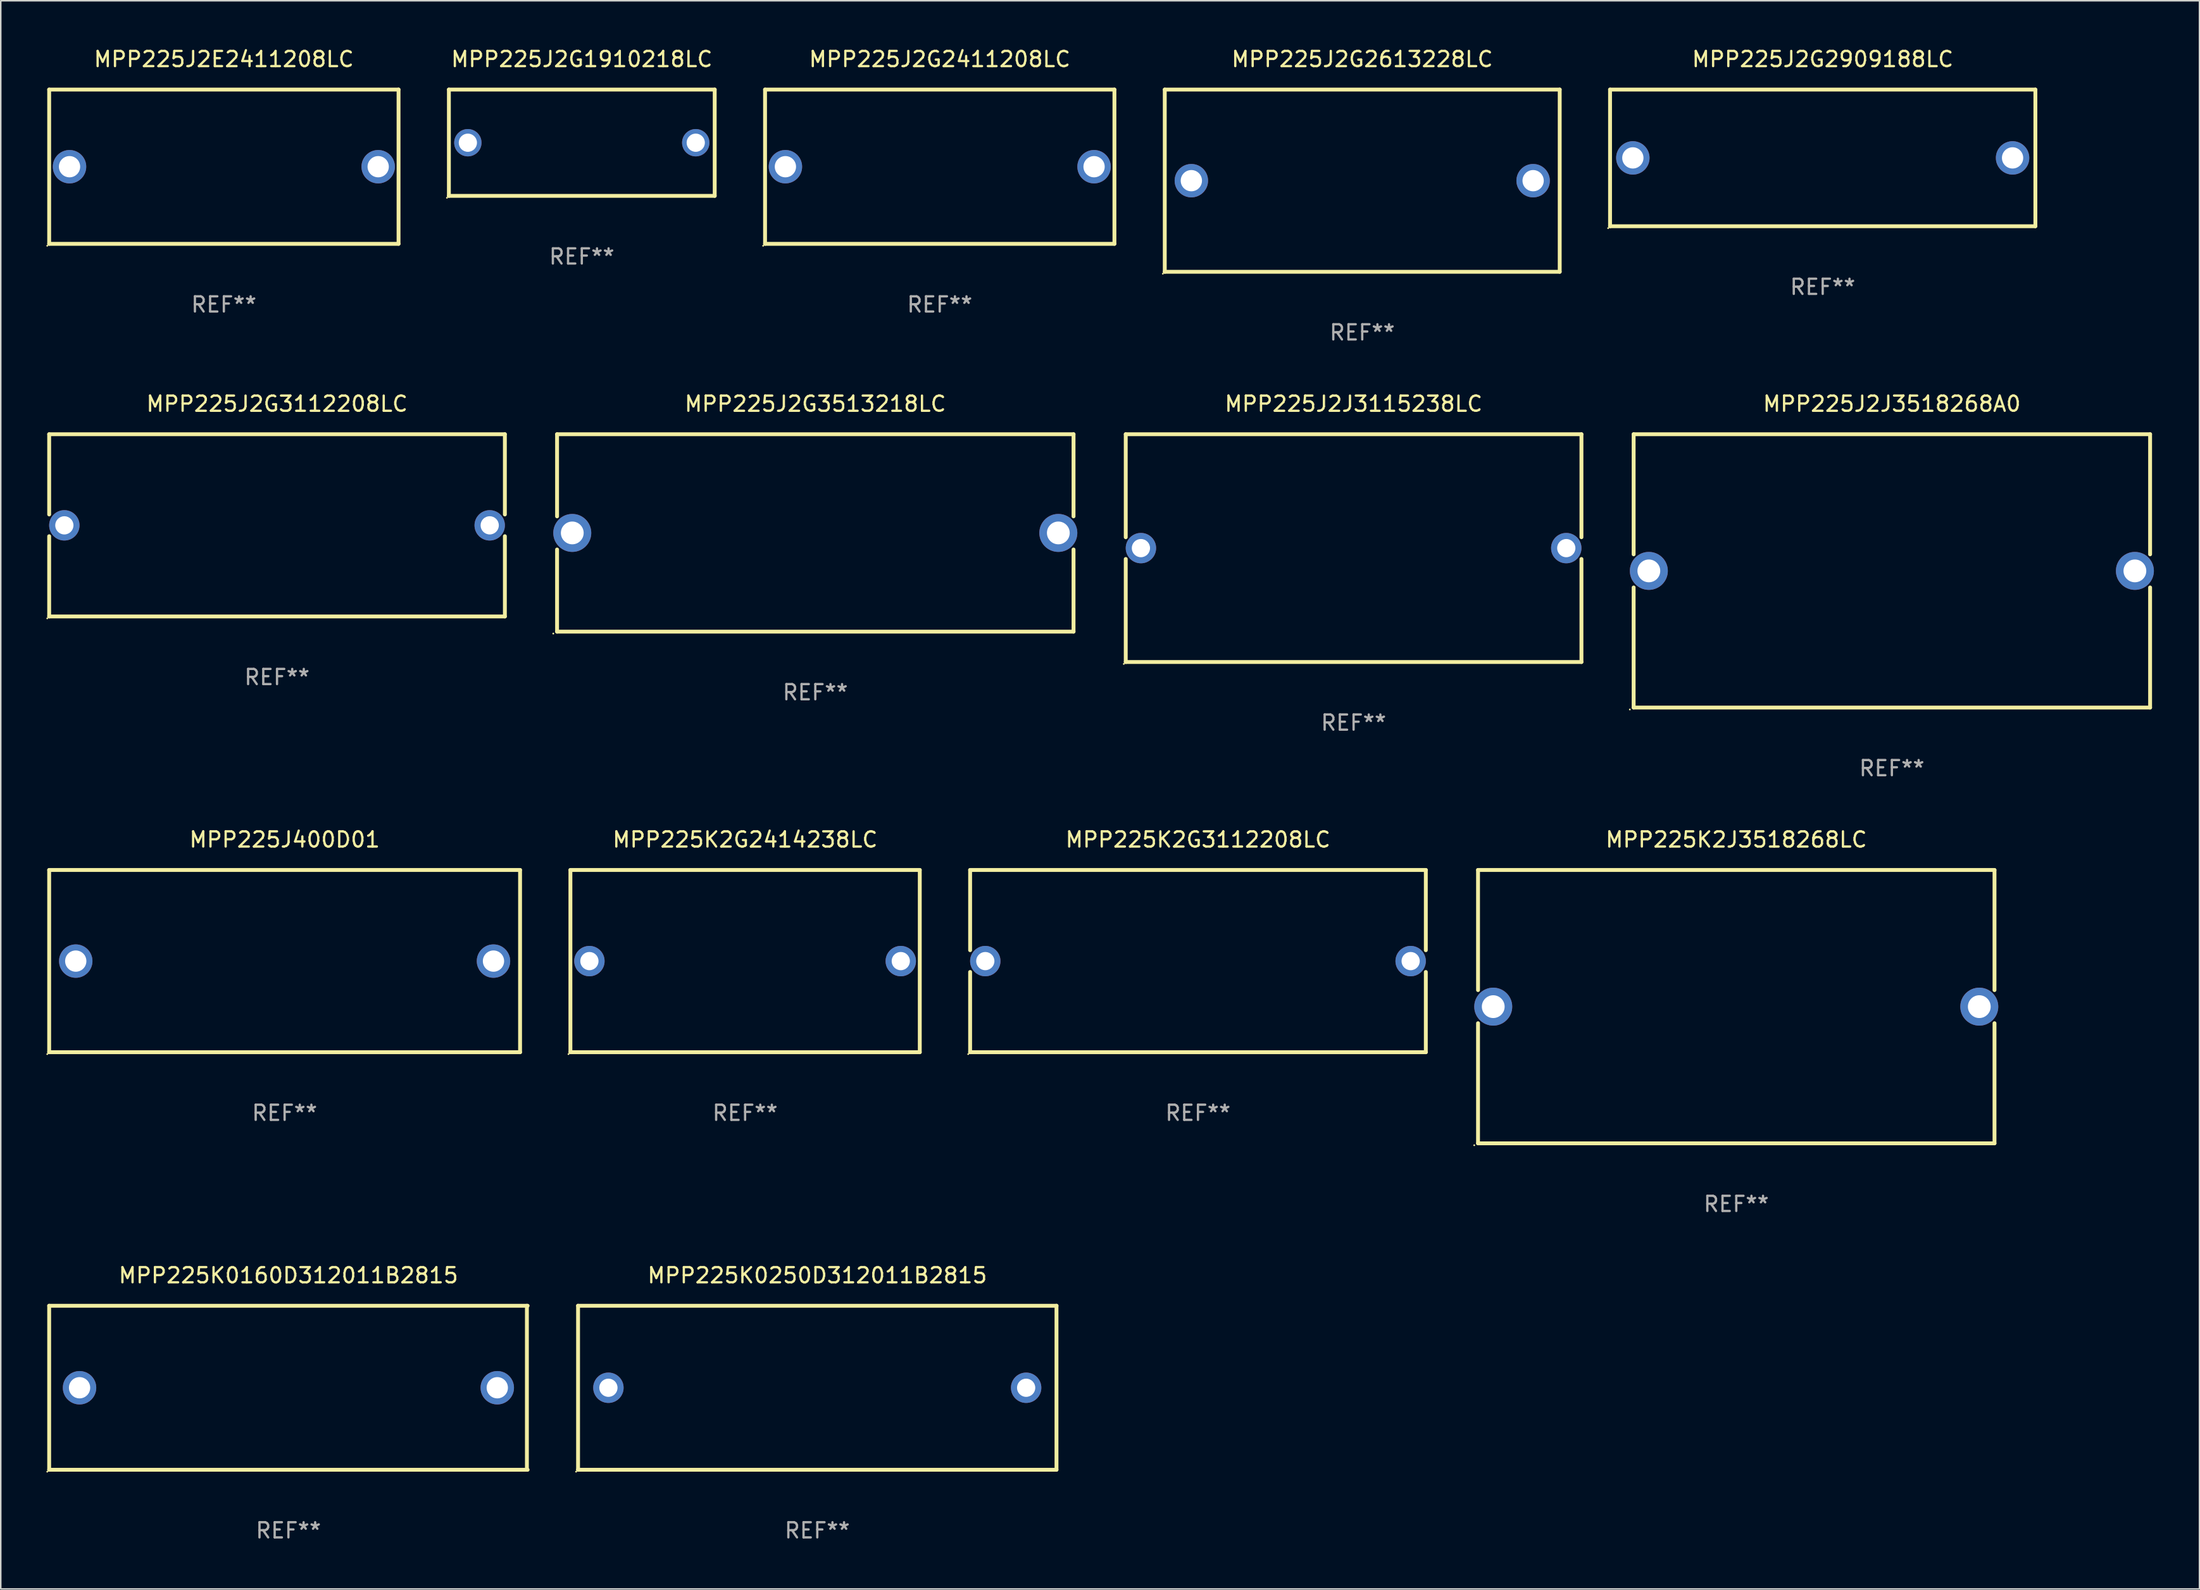
<source format=kicad_pcb>
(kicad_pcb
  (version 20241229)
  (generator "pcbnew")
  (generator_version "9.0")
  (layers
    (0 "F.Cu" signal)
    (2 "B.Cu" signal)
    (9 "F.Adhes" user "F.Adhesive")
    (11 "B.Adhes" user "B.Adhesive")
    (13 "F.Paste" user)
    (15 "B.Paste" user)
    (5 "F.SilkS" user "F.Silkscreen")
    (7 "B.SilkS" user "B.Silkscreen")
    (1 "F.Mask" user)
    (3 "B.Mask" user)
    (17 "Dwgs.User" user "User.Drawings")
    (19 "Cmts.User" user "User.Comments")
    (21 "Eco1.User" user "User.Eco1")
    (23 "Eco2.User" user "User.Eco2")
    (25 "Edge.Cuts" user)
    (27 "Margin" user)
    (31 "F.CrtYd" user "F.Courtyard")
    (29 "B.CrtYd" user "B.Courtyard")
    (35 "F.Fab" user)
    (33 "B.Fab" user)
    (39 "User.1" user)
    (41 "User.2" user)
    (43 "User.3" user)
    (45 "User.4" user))
  (footprint "MPP225J2J3115238LC"
    (layer "F.Cu")
    (at 86.06 33.045)
    (property "Reference" "MPP225J2J3115238LC" (at 0 -9.5 0) (layer "F.SilkS") (effects (font (size 1 1) (thickness 0.15))))
    (attr through_hole)
    (fp_line (start -15 -7.5) (end -15 -0.717) (stroke (width 0.254) (type solid)) (layer "F.SilkS"))
    (fp_line (start -15 -7.5) (end 15 -7.5) (stroke (width 0.254) (type solid)) (layer "F.SilkS"))
    (fp_line (start -15 0.717) (end -15 7.5) (stroke (width 0.254) (type solid)) (layer "F.SilkS"))
    (fp_line (start 15 -7.5) (end 15 -0.717) (stroke (width 0.254) (type solid)) (layer "F.SilkS"))
    (fp_line (start 15 0.717) (end 15 7.5) (stroke (width 0.254) (type solid)) (layer "F.SilkS"))
    (fp_line (start 15 7.5) (end -15 7.5) (stroke (width 0.254) (type solid)) (layer "F.SilkS"))
    (fp_circle (center -15.127 7.627) (end -15.097 7.627) (stroke (width 0.06) (type solid)) (fill no) (layer "F.SilkS"))
    (fp_text user "REF**" (at 0 11.5 0) (layer "F.Fab") (effects (font (size 1 1) (thickness 0.15))))
    (pad "1" thru_hole circle (at -14.001 0) (size 2 2) (drill 1.2) (layers "*.Cu" "*.Mask"))
    (pad "2" thru_hole circle (at 14.001 0) (size 2 2) (drill 1.2) (layers "*.Cu" "*.Mask")))
  (footprint "MPP225J2G3112208LC"
    (layer "F.Cu")
    (at 15.187 31.545)
    (property "Reference" "MPP225J2G3112208LC" (at 0 -8 0) (layer "F.SilkS") (effects (font (size 1 1) (thickness 0.15))))
    (attr through_hole)
    (fp_line (start -15 -6) (end -15 -0.717) (stroke (width 0.254) (type solid)) (layer "F.SilkS"))
    (fp_line (start -15 -6) (end 15 -6) (stroke (width 0.254) (type solid)) (layer "F.SilkS"))
    (fp_line (start -15 0.717) (end -15 6) (stroke (width 0.254) (type solid)) (layer "F.SilkS"))
    (fp_line (start 15 -6) (end 15 -0.717) (stroke (width 0.254) (type solid)) (layer "F.SilkS"))
    (fp_line (start 15 0.717) (end 15 6) (stroke (width 0.254) (type solid)) (layer "F.SilkS"))
    (fp_line (start 15 6) (end -15 6) (stroke (width 0.254) (type solid)) (layer "F.SilkS"))
    (fp_circle (center -15.127 6.127) (end -15.097 6.127) (stroke (width 0.06) (type solid)) (fill no) (layer "F.SilkS"))
    (fp_text user "REF**" (at 0 10 0) (layer "F.Fab") (effects (font (size 1 1) (thickness 0.15))))
    (pad "1" thru_hole circle (at -14.001 0) (size 2 2) (drill 1.2) (layers "*.Cu" "*.Mask"))
    (pad "2" thru_hole circle (at 14.001 0) (size 2 2) (drill 1.2) (layers "*.Cu" "*.Mask")))
  (footprint "MPP225K2J3518268LC"
    (layer "F.Cu")
    (at 111.252 63.241)
    (property "Reference" "MPP225K2J3518268LC" (at 0 -11 0) (layer "F.SilkS") (effects (font (size 1 1) (thickness 0.15))))
    (attr through_hole)
    (fp_line (start -17 -9) (end -17 -1.091) (stroke (width 0.254) (type solid)) (layer "F.SilkS"))
    (fp_line (start -17 -9) (end 17 -9) (stroke (width 0.254) (type solid)) (layer "F.SilkS"))
    (fp_line (start -17 1.091) (end -17 9) (stroke (width 0.254) (type solid)) (layer "F.SilkS"))
    (fp_line (start 17 -9) (end 17 -1.091) (stroke (width 0.254) (type solid)) (layer "F.SilkS"))
    (fp_line (start 17 1.091) (end 17 9) (stroke (width 0.254) (type solid)) (layer "F.SilkS"))
    (fp_line (start 17 9) (end -17 9) (stroke (width 0.254) (type solid)) (layer "F.SilkS"))
    (fp_circle (center -17.249 9.127) (end -17.219 9.127) (stroke (width 0.06) (type solid)) (fill no) (layer "F.SilkS"))
    (fp_text user "REF**" (at 0 13 0) (layer "F.Fab") (effects (font (size 1 1) (thickness 0.15))))
    (pad "1" thru_hole circle (at -15.999 0) (size 2.5 2.5) (drill 1.5) (layers "*.Cu" "*.Mask"))
    (pad "2" thru_hole circle (at 15.999 0) (size 2.5 2.5) (drill 1.5) (layers "*.Cu" "*.Mask")))
  (footprint "MPP225J2G2613228LC"
    (layer "F.Cu")
    (at 86.629 8.848)
    (property "Reference" "MPP225J2G2613228LC" (at 0 -8 0) (layer "F.SilkS") (effects (font (size 1 1) (thickness 0.15))))
    (attr through_hole)
    (fp_line (start -13 -6) (end 13 -6) (stroke (width 0.254) (type solid)) (layer "F.SilkS"))
    (fp_line (start -13 6) (end -13 -6) (stroke (width 0.254) (type solid)) (layer "F.SilkS"))
    (fp_line (start 13 -6) (end 13 6) (stroke (width 0.254) (type solid)) (layer "F.SilkS"))
    (fp_line (start 13 6) (end -13 6) (stroke (width 0.254) (type solid)) (layer "F.SilkS"))
    (fp_circle (center -13.127 6.127) (end -13.097 6.127) (stroke (width 0.06) (type solid)) (fill no) (layer "F.SilkS"))
    (fp_text user "REF**" (at 0 10 0) (layer "F.Fab") (effects (font (size 1 1) (thickness 0.15))))
    (pad "1" thru_hole circle (at -11.25 0) (size 2.2 2.2) (drill 1.4) (layers "*.Cu" "*.Mask"))
    (pad "2" thru_hole circle (at 11.25 0) (size 2.2 2.2) (drill 1.4) (layers "*.Cu" "*.Mask")))
  (footprint "MPP225K0250D312011B2815"
    (layer "F.Cu")
    (at 50.753 88.338)
    (property "Reference" "MPP225K0250D312011B2815" (at 0 -7.4 0) (layer "F.SilkS") (effects (font (size 1 1) (thickness 0.15))))
    (attr through_hole)
    (fp_line (start -15.748 -5.4) (end 15.752 -5.4) (stroke (width 0.254) (type solid)) (layer "F.SilkS"))
    (fp_line (start -15.748 5.4) (end -15.748 -5.4) (stroke (width 0.254) (type solid)) (layer "F.SilkS"))
    (fp_line (start 15.748 -5.4) (end 15.748 5.4) (stroke (width 0.254) (type solid)) (layer "F.SilkS"))
    (fp_line (start 15.748 5.4) (end -15.752 5.4) (stroke (width 0.254) (type solid)) (layer "F.SilkS"))
    (fp_circle (center -15.879 5.527) (end -15.849 5.527) (stroke (width 0.06) (type solid)) (fill no) (layer "F.SilkS"))
    (fp_text user "REF**" (at 0 9.4 0) (layer "F.Fab") (effects (font (size 1 1) (thickness 0.15))))
    (pad "1" thru_hole circle (at -13.75 0) (size 2 2) (drill 1.2) (layers "*.Cu" "*.Mask"))
    (pad "2" thru_hole circle (at 13.75 0) (size 2 2) (drill 1.2) (layers "*.Cu" "*.Mask")))
  (footprint "MPP225J2G2909188LC"
    (layer "F.Cu")
    (at 116.943 7.348)
    (property "Reference" "MPP225J2G2909188LC" (at 0 -6.5 0) (layer "F.SilkS") (effects (font (size 1 1) (thickness 0.15))))
    (attr through_hole)
    (fp_line (start -14 -4.5) (end 14 -4.5) (stroke (width 0.254) (type solid)) (layer "F.SilkS"))
    (fp_line (start -14 4.5) (end -14 -4.5) (stroke (width 0.254) (type solid)) (layer "F.SilkS"))
    (fp_line (start 14 -4.5) (end 14 4.5) (stroke (width 0.254) (type solid)) (layer "F.SilkS"))
    (fp_line (start 14 4.5) (end -14 4.5) (stroke (width 0.254) (type solid)) (layer "F.SilkS"))
    (fp_circle (center -14.127 4.627) (end -14.097 4.627) (stroke (width 0.06) (type solid)) (fill no) (layer "F.SilkS"))
    (fp_text user "REF**" (at 0 8.5 0) (layer "F.Fab") (effects (font (size 1 1) (thickness 0.15))))
    (pad "1" thru_hole circle (at -12.499 0) (size 2.2 2.2) (drill 1.4) (layers "*.Cu" "*.Mask"))
    (pad "2" thru_hole circle (at 12.499 0) (size 2.2 2.2) (drill 1.4) (layers "*.Cu" "*.Mask")))
  (footprint "MPP225J400D01"
    (layer "F.Cu")
    (at 15.687 60.241)
    (property "Reference" "MPP225J400D01" (at 0 -8 0) (layer "F.SilkS") (effects (font (size 1 1) (thickness 0.15))))
    (attr through_hole)
    (fp_line (start -15.5 -6) (end 15.5 -6) (stroke (width 0.254) (type solid)) (layer "F.SilkS"))
    (fp_line (start -15.5 6) (end -15.5 -6) (stroke (width 0.254) (type solid)) (layer "F.SilkS"))
    (fp_line (start 15.5 6) (end -15.5 6) (stroke (width 0.254) (type solid)) (layer "F.SilkS"))
    (fp_line (start 15.5 6) (end 15.5 -6) (stroke (width 0.254) (type solid)) (layer "F.SilkS"))
    (fp_circle (center -15.627 6.127) (end -15.597 6.127) (stroke (width 0.06) (type solid)) (fill no) (layer "F.SilkS"))
    (fp_text user "REF**" (at 0 10 0) (layer "F.Fab") (effects (font (size 1 1) (thickness 0.15))))
    (pad "1" thru_hole circle (at -13.75 0) (size 2.2 2.2) (drill 1.4) (layers "*.Cu" "*.Mask"))
    (pad "2" thru_hole circle (at 13.75 0) (size 2.2 2.2) (drill 1.4) (layers "*.Cu" "*.Mask")))
  (footprint "MPP225J2G1910218LC"
    (layer "F.Cu")
    (at 35.251 6.348)
    (property "Reference" "MPP225J2G1910218LC" (at 0 -5.5 0) (layer "F.SilkS") (effects (font (size 1 1) (thickness 0.15))))
    (attr through_hole)
    (fp_line (start -8.75 -3.5) (end 8.75 -3.5) (stroke (width 0.254) (type solid)) (layer "F.SilkS"))
    (fp_line (start -8.75 3.5) (end -8.75 -3.5) (stroke (width 0.254) (type solid)) (layer "F.SilkS"))
    (fp_line (start 8.75 -3.5) (end 8.75 3.5) (stroke (width 0.254) (type solid)) (layer "F.SilkS"))
    (fp_line (start 8.75 3.5) (end -8.75 3.5) (stroke (width 0.254) (type solid)) (layer "F.SilkS"))
    (fp_circle (center -8.877 3.627) (end -8.847 3.627) (stroke (width 0.06) (type solid)) (fill no) (layer "F.SilkS"))
    (fp_text user "REF**" (at 0 7.5 0) (layer "F.Fab") (effects (font (size 1 1) (thickness 0.15))))
    (pad "1" thru_hole circle (at -7.501 0) (size 1.8 1.8) (drill 1.2) (layers "*.Cu" "*.Mask"))
    (pad "2" thru_hole circle (at 7.501 0) (size 1.8 1.8) (drill 1.2) (layers "*.Cu" "*.Mask")))
  (footprint "MPP225J2G3513218LC"
    (layer "F.Cu")
    (at 50.623 32.045)
    (property "Reference" "MPP225J2G3513218LC" (at 0 -8.5 0) (layer "F.SilkS") (effects (font (size 1 1) (thickness 0.15))))
    (attr through_hole)
    (fp_line (start -17 -6.5) (end -17 -1.091) (stroke (width 0.254) (type solid)) (layer "F.SilkS"))
    (fp_line (start -17 -6.5) (end 17 -6.5) (stroke (width 0.254) (type solid)) (layer "F.SilkS"))
    (fp_line (start -17 1.091) (end -17 6.5) (stroke (width 0.254) (type solid)) (layer "F.SilkS"))
    (fp_line (start 17 -6.5) (end 17 -1.091) (stroke (width 0.254) (type solid)) (layer "F.SilkS"))
    (fp_line (start 17 1.091) (end 17 6.5) (stroke (width 0.254) (type solid)) (layer "F.SilkS"))
    (fp_line (start 17 6.5) (end -17 6.5) (stroke (width 0.254) (type solid)) (layer "F.SilkS"))
    (fp_circle (center -17.249 6.627) (end -17.219 6.627) (stroke (width 0.06) (type solid)) (fill no) (layer "F.SilkS"))
    (fp_text user "REF**" (at 0 10.5 0) (layer "F.Fab") (effects (font (size 1 1) (thickness 0.15))))
    (pad "1" thru_hole circle (at -15.999 0) (size 2.5 2.5) (drill 1.5) (layers "*.Cu" "*.Mask"))
    (pad "2" thru_hole circle (at 15.999 0) (size 2.5 2.5) (drill 1.5) (layers "*.Cu" "*.Mask")))
  (footprint "MPP225K0160D312011B2815"
    (layer "F.Cu")
    (at 15.937 88.338)
    (property "Reference" "MPP225K0160D312011B2815" (at 0 -7.4 0) (layer "F.SilkS") (effects (font (size 1 1) (thickness 0.15))))
    (attr through_hole)
    (fp_line (start -15.75 -5.4) (end 15.75 -5.4) (stroke (width 0.254) (type solid)) (layer "F.SilkS"))
    (fp_line (start -15.75 5.4) (end -15.75 -5.4) (stroke (width 0.254) (type solid)) (layer "F.SilkS"))
    (fp_line (start 15.7 -5.4) (end 15.7 5.4) (stroke (width 0.254) (type solid)) (layer "F.SilkS"))
    (fp_line (start 15.75 5.4) (end -15.75 5.4) (stroke (width 0.254) (type solid)) (layer "F.SilkS"))
    (fp_circle (center -15.877 5.527) (end -15.847 5.527) (stroke (width 0.06) (type solid)) (fill no) (layer "F.SilkS"))
    (fp_text user "REF**" (at 0 9.4 0) (layer "F.Fab") (effects (font (size 1 1) (thickness 0.15))))
    (pad "1" thru_hole circle (at -13.75 0) (size 2.2 2.2) (drill 1.4) (layers "*.Cu" "*.Mask"))
    (pad "2" thru_hole circle (at 13.75 0) (size 2.2 2.2) (drill 1.4) (layers "*.Cu" "*.Mask")))
  (footprint "MPP225K2G3112208LC"
    (layer "F.Cu")
    (at 75.815 60.241)
    (property "Reference" "MPP225K2G3112208LC" (at 0 -8 0) (layer "F.SilkS") (effects (font (size 1 1) (thickness 0.15))))
    (attr through_hole)
    (fp_line (start -15 -6) (end -15 -0.717) (stroke (width 0.254) (type solid)) (layer "F.SilkS"))
    (fp_line (start -15 -6) (end 15 -6) (stroke (width 0.254) (type solid)) (layer "F.SilkS"))
    (fp_line (start -15 0.717) (end -15 6) (stroke (width 0.254) (type solid)) (layer "F.SilkS"))
    (fp_line (start 15 -6) (end 15 -0.717) (stroke (width 0.254) (type solid)) (layer "F.SilkS"))
    (fp_line (start 15 0.717) (end 15 6) (stroke (width 0.254) (type solid)) (layer "F.SilkS"))
    (fp_line (start 15 6) (end -15 6) (stroke (width 0.254) (type solid)) (layer "F.SilkS"))
    (fp_circle (center -15.127 6.127) (end -15.097 6.127) (stroke (width 0.06) (type solid)) (fill no) (layer "F.SilkS"))
    (fp_text user "REF**" (at 0 10 0) (layer "F.Fab") (effects (font (size 1 1) (thickness 0.15))))
    (pad "1" thru_hole circle (at -14.001 0) (size 2 2) (drill 1.2) (layers "*.Cu" "*.Mask"))
    (pad "2" thru_hole circle (at 14.001 0) (size 2 2) (drill 1.2) (layers "*.Cu" "*.Mask")))
  (footprint "MPP225J2G2411208LC"
    (layer "F.Cu")
    (at 58.815 7.928)
    (property "Reference" "MPP225J2G2411208LC" (at 0 -7.08 0) (layer "F.SilkS") (effects (font (size 1 1) (thickness 0.15))))
    (attr through_hole)
    (fp_line (start -11.5 -5.08) (end -11.5 5.08) (stroke (width 0.254) (type solid)) (layer "F.SilkS"))
    (fp_line (start -11.5 -5.08) (end 11.5 -5.08) (stroke (width 0.254) (type solid)) (layer "F.SilkS"))
    (fp_line (start 11.5 5.08) (end -11.5 5.08) (stroke (width 0.254) (type solid)) (layer "F.SilkS"))
    (fp_line (start 11.5 5.08) (end 11.5 -5.08) (stroke (width 0.254) (type solid)) (layer "F.SilkS"))
    (fp_circle (center -11.627 5.207) (end -11.597 5.207) (stroke (width 0.06) (type solid)) (fill no) (layer "F.SilkS"))
    (fp_text user "REF**" (at 0 9.08 0) (layer "F.Fab") (effects (font (size 1 1) (thickness 0.15))))
    (pad "1" thru_hole circle (at -10.16 0) (size 2.2 2.2) (drill 1.4) (layers "*.Cu" "*.Mask"))
    (pad "2" thru_hole circle (at 10.16 0) (size 2.2 2.2) (drill 1.4) (layers "*.Cu" "*.Mask")))
  (footprint "MPP225J2E2411208LC"
    (layer "F.Cu")
    (at 11.687 7.928)
    (property "Reference" "MPP225J2E2411208LC" (at 0 -7.08 0) (layer "F.SilkS") (effects (font (size 1 1) (thickness 0.15))))
    (attr through_hole)
    (fp_line (start -11.5 -5.08) (end -11.5 5.08) (stroke (width 0.254) (type solid)) (layer "F.SilkS"))
    (fp_line (start -11.5 -5.08) (end 11.5 -5.08) (stroke (width 0.254) (type solid)) (layer "F.SilkS"))
    (fp_line (start 11.5 5.08) (end -11.5 5.08) (stroke (width 0.254) (type solid)) (layer "F.SilkS"))
    (fp_line (start 11.5 5.08) (end 11.5 -5.08) (stroke (width 0.254) (type solid)) (layer "F.SilkS"))
    (fp_circle (center -11.627 5.207) (end -11.597 5.207) (stroke (width 0.06) (type solid)) (fill no) (layer "F.SilkS"))
    (fp_text user "REF**" (at 0 9.08 0) (layer "F.Fab") (effects (font (size 1 1) (thickness 0.15))))
    (pad "1" thru_hole circle (at -10.16 0) (size 2.2 2.2) (drill 1.4) (layers "*.Cu" "*.Mask"))
    (pad "2" thru_hole circle (at 10.16 0) (size 2.2 2.2) (drill 1.4) (layers "*.Cu" "*.Mask")))
  (footprint "MPP225J2J3518268A0"
    (layer "F.Cu")
    (at 121.496 34.545)
    (property "Reference" "MPP225J2J3518268A0" (at 0 -11 0) (layer "F.SilkS") (effects (font (size 1 1) (thickness 0.15))))
    (attr through_hole)
    (fp_line (start -17 -9) (end -17 -1.091) (stroke (width 0.254) (type solid)) (layer "F.SilkS"))
    (fp_line (start -17 -9) (end 17 -9) (stroke (width 0.254) (type solid)) (layer "F.SilkS"))
    (fp_line (start -17 1.091) (end -17 9) (stroke (width 0.254) (type solid)) (layer "F.SilkS"))
    (fp_line (start 17 -9) (end 17 -1.091) (stroke (width 0.254) (type solid)) (layer "F.SilkS"))
    (fp_line (start 17 1.091) (end 17 9) (stroke (width 0.254) (type solid)) (layer "F.SilkS"))
    (fp_line (start 17 9) (end -17 9) (stroke (width 0.254) (type solid)) (layer "F.SilkS"))
    (fp_circle (center -17.249 9.127) (end -17.219 9.127) (stroke (width 0.06) (type solid)) (fill no) (layer "F.SilkS"))
    (fp_text user "REF**" (at 0 13 0) (layer "F.Fab") (effects (font (size 1 1) (thickness 0.15))))
    (pad "1" thru_hole circle (at -15.999 0) (size 2.5 2.5) (drill 1.5) (layers "*.Cu" "*.Mask"))
    (pad "2" thru_hole circle (at 15.999 0) (size 2.5 2.5) (drill 1.5) (layers "*.Cu" "*.Mask")))
  (footprint "MPP225K2G2414238LC"
    (layer "F.Cu")
    (at 46.001 60.241)
    (property "Reference" "MPP225K2G2414238LC" (at 0 -8 0) (layer "F.SilkS") (effects (font (size 1 1) (thickness 0.15))))
    (attr through_hole)
    (fp_line (start -11.5 -6) (end 11.5 -6) (stroke (width 0.254) (type solid)) (layer "F.SilkS"))
    (fp_line (start -11.5 6) (end -11.5 -6) (stroke (width 0.254) (type solid)) (layer "F.SilkS"))
    (fp_line (start 11.5 -6) (end 11.5 6) (stroke (width 0.254) (type solid)) (layer "F.SilkS"))
    (fp_line (start 11.5 6) (end -11.5 6) (stroke (width 0.254) (type solid)) (layer "F.SilkS"))
    (fp_circle (center -11.627 6.127) (end -11.597 6.127) (stroke (width 0.06) (type solid)) (fill no) (layer "F.SilkS"))
    (fp_text user "REF**" (at 0 10 0) (layer "F.Fab") (effects (font (size 1 1) (thickness 0.15))))
    (pad "1" thru_hole circle (at -10.249 0) (size 2 2) (drill 1.2) (layers "*.Cu" "*.Mask"))
    (pad "2" thru_hole circle (at 10.249 0) (size 2 2) (drill 1.2) (layers "*.Cu" "*.Mask")))
  (gr_rect
    (start -3 -3)
    (end 141.746 101.586)
    (stroke (width 0.1) (type default))
    (fill no)
    (layer "Edge.Cuts")))
</source>
